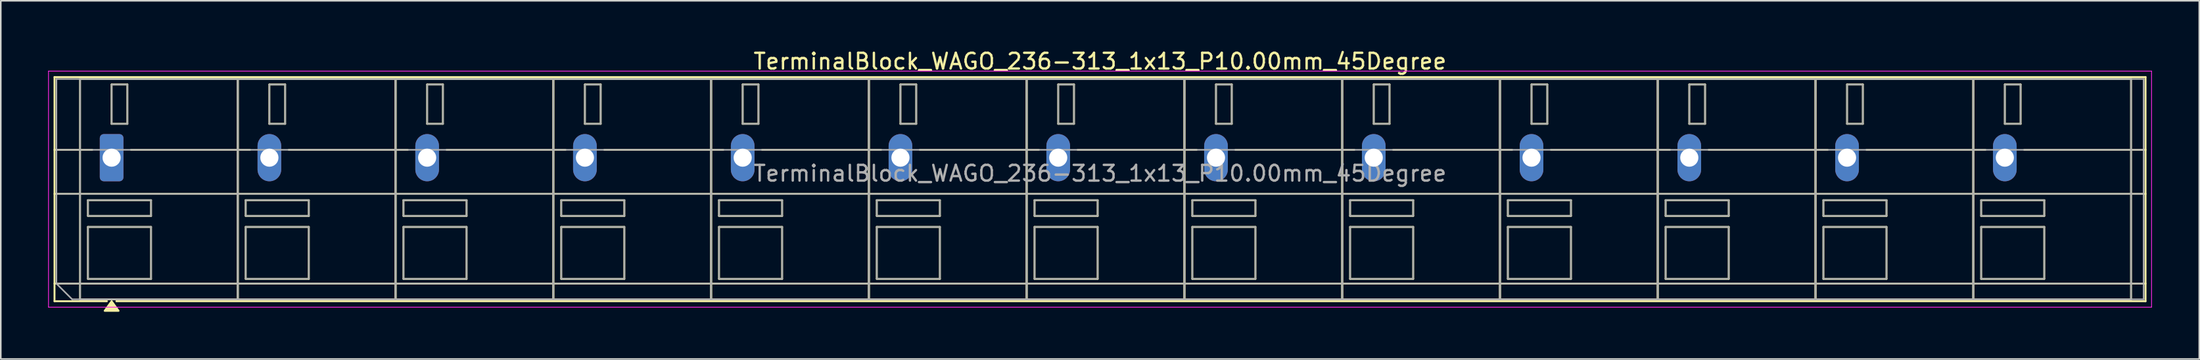
<source format=kicad_pcb>
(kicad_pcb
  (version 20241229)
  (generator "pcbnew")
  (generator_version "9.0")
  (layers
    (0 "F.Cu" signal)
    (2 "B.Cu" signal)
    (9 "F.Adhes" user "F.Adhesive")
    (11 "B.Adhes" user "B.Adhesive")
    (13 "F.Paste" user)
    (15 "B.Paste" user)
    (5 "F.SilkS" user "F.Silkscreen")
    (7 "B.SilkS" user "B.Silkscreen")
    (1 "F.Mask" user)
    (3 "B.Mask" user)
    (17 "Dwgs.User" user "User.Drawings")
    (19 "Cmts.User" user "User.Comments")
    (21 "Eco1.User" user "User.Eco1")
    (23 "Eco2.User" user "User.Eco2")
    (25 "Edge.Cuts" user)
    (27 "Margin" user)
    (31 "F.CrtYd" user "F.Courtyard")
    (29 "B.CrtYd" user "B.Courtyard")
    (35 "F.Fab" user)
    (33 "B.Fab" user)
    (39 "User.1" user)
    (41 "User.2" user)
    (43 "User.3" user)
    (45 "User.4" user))
  (footprint "TerminalBlock_WAGO_236-313_1x13_P10.00mm_45Degree"
    (layer "F.Cu")
    (at 4.025 6.968)
    (property "Reference" "TerminalBlock_WAGO_236-313_1x13_P10.00mm_45Degree" (at 62.65 -6.12 0) (layer "F.SilkS") (effects (font (size 1 1) (thickness 0.15))))
    (attr through_hole)
    (fp_line (start -3.62 -5.12) (end -3.62 9.12) (stroke (width 0.12) (type solid)) (layer "F.SilkS"))
    (fp_line (start -3.62 -5.12) (end 128.92 -5.12) (stroke (width 0.12) (type solid)) (layer "F.SilkS"))
    (fp_line (start -3.62 -0.5) (end -1.23 -0.5) (stroke (width 0.12) (type solid)) (layer "F.SilkS"))
    (fp_line (start -3.62 2.3) (end 128.92 2.3) (stroke (width 0.12) (type solid)) (layer "F.SilkS"))
    (fp_line (start -3.62 8) (end 128.92 8) (stroke (width 0.12) (type solid)) (layer "F.SilkS"))
    (fp_line (start -3.62 9.12) (end -0.3 9.12) (stroke (width 0.12) (type solid)) (layer "F.SilkS"))
    (fp_line (start -2 -5) (end -2 9) (stroke (width 0.12) (type solid)) (layer "F.SilkS"))
    (fp_line (start -2 -5) (end 8 -5) (stroke (width 0.12) (type solid)) (layer "F.SilkS"))
    (fp_line (start -2 9) (end 8 9) (stroke (width 0.12) (type solid)) (layer "F.SilkS"))
    (fp_line (start -1.5 2.7) (end -1.5 3.7) (stroke (width 0.12) (type solid)) (layer "F.SilkS"))
    (fp_line (start -1.5 2.7) (end 2.5 2.7) (stroke (width 0.12) (type solid)) (layer "F.SilkS"))
    (fp_line (start -1.5 3.7) (end 2.5 3.7) (stroke (width 0.12) (type solid)) (layer "F.SilkS"))
    (fp_line (start -1.5 4.4) (end -1.5 7.7) (stroke (width 0.12) (type solid)) (layer "F.SilkS"))
    (fp_line (start -1.5 4.4) (end 2.5 4.4) (stroke (width 0.12) (type solid)) (layer "F.SilkS"))
    (fp_line (start -1.5 7.7) (end 2.5 7.7) (stroke (width 0.12) (type solid)) (layer "F.SilkS"))
    (fp_line (start 0 -4.65) (end 0 -2.15) (stroke (width 0.12) (type solid)) (layer "F.SilkS"))
    (fp_line (start 0 -4.65) (end 1 -4.65) (stroke (width 0.12) (type solid)) (layer "F.SilkS"))
    (fp_line (start 0 -2.15) (end 1 -2.15) (stroke (width 0.12) (type solid)) (layer "F.SilkS"))
    (fp_line (start 0.3 9.12) (end 128.92 9.12) (stroke (width 0.12) (type solid)) (layer "F.SilkS"))
    (fp_line (start 1 -4.65) (end 1 -2.15) (stroke (width 0.12) (type solid)) (layer "F.SilkS"))
    (fp_line (start 1.23 -0.5) (end 8.77 -0.5) (stroke (width 0.12) (type solid)) (layer "F.SilkS"))
    (fp_line (start 2.5 2.7) (end 2.5 3.7) (stroke (width 0.12) (type solid)) (layer "F.SilkS"))
    (fp_line (start 2.5 4.4) (end 2.5 7.7) (stroke (width 0.12) (type solid)) (layer "F.SilkS"))
    (fp_line (start 8 -5) (end 8 9) (stroke (width 0.12) (type solid)) (layer "F.SilkS"))
    (fp_line (start 8 -5) (end 8 9) (stroke (width 0.12) (type solid)) (layer "F.SilkS"))
    (fp_line (start 8 -5) (end 18 -5) (stroke (width 0.12) (type solid)) (layer "F.SilkS"))
    (fp_line (start 8 9) (end 18 9) (stroke (width 0.12) (type solid)) (layer "F.SilkS"))
    (fp_line (start 8.5 2.7) (end 8.5 3.7) (stroke (width 0.12) (type solid)) (layer "F.SilkS"))
    (fp_line (start 8.5 2.7) (end 12.5 2.7) (stroke (width 0.12) (type solid)) (layer "F.SilkS"))
    (fp_line (start 8.5 3.7) (end 12.5 3.7) (stroke (width 0.12) (type solid)) (layer "F.SilkS"))
    (fp_line (start 8.5 4.4) (end 8.5 7.7) (stroke (width 0.12) (type solid)) (layer "F.SilkS"))
    (fp_line (start 8.5 4.4) (end 12.5 4.4) (stroke (width 0.12) (type solid)) (layer "F.SilkS"))
    (fp_line (start 8.5 7.7) (end 12.5 7.7) (stroke (width 0.12) (type solid)) (layer "F.SilkS"))
    (fp_line (start 10 -4.65) (end 10 -2.15) (stroke (width 0.12) (type solid)) (layer "F.SilkS"))
    (fp_line (start 10 -4.65) (end 11 -4.65) (stroke (width 0.12) (type solid)) (layer "F.SilkS"))
    (fp_line (start 10 -2.15) (end 11 -2.15) (stroke (width 0.12) (type solid)) (layer "F.SilkS"))
    (fp_line (start 11 -4.65) (end 11 -2.15) (stroke (width 0.12) (type solid)) (layer "F.SilkS"))
    (fp_line (start 11.23 -0.5) (end 18.77 -0.5) (stroke (width 0.12) (type solid)) (layer "F.SilkS"))
    (fp_line (start 12.5 2.7) (end 12.5 3.7) (stroke (width 0.12) (type solid)) (layer "F.SilkS"))
    (fp_line (start 12.5 4.4) (end 12.5 7.7) (stroke (width 0.12) (type solid)) (layer "F.SilkS"))
    (fp_line (start 18 -5) (end 18 9) (stroke (width 0.12) (type solid)) (layer "F.SilkS"))
    (fp_line (start 18 -5) (end 18 9) (stroke (width 0.12) (type solid)) (layer "F.SilkS"))
    (fp_line (start 18 -5) (end 28 -5) (stroke (width 0.12) (type solid)) (layer "F.SilkS"))
    (fp_line (start 18 9) (end 28 9) (stroke (width 0.12) (type solid)) (layer "F.SilkS"))
    (fp_line (start 18.5 2.7) (end 18.5 3.7) (stroke (width 0.12) (type solid)) (layer "F.SilkS"))
    (fp_line (start 18.5 2.7) (end 22.5 2.7) (stroke (width 0.12) (type solid)) (layer "F.SilkS"))
    (fp_line (start 18.5 3.7) (end 22.5 3.7) (stroke (width 0.12) (type solid)) (layer "F.SilkS"))
    (fp_line (start 18.5 4.4) (end 18.5 7.7) (stroke (width 0.12) (type solid)) (layer "F.SilkS"))
    (fp_line (start 18.5 4.4) (end 22.5 4.4) (stroke (width 0.12) (type solid)) (layer "F.SilkS"))
    (fp_line (start 18.5 7.7) (end 22.5 7.7) (stroke (width 0.12) (type solid)) (layer "F.SilkS"))
    (fp_line (start 20 -4.65) (end 20 -2.15) (stroke (width 0.12) (type solid)) (layer "F.SilkS"))
    (fp_line (start 20 -4.65) (end 21 -4.65) (stroke (width 0.12) (type solid)) (layer "F.SilkS"))
    (fp_line (start 20 -2.15) (end 21 -2.15) (stroke (width 0.12) (type solid)) (layer "F.SilkS"))
    (fp_line (start 21 -4.65) (end 21 -2.15) (stroke (width 0.12) (type solid)) (layer "F.SilkS"))
    (fp_line (start 21.23 -0.5) (end 28.77 -0.5) (stroke (width 0.12) (type solid)) (layer "F.SilkS"))
    (fp_line (start 22.5 2.7) (end 22.5 3.7) (stroke (width 0.12) (type solid)) (layer "F.SilkS"))
    (fp_line (start 22.5 4.4) (end 22.5 7.7) (stroke (width 0.12) (type solid)) (layer "F.SilkS"))
    (fp_line (start 28 -5) (end 28 9) (stroke (width 0.12) (type solid)) (layer "F.SilkS"))
    (fp_line (start 28 -5) (end 28 9) (stroke (width 0.12) (type solid)) (layer "F.SilkS"))
    (fp_line (start 28 -5) (end 38 -5) (stroke (width 0.12) (type solid)) (layer "F.SilkS"))
    (fp_line (start 28 9) (end 38 9) (stroke (width 0.12) (type solid)) (layer "F.SilkS"))
    (fp_line (start 28.5 2.7) (end 28.5 3.7) (stroke (width 0.12) (type solid)) (layer "F.SilkS"))
    (fp_line (start 28.5 2.7) (end 32.5 2.7) (stroke (width 0.12) (type solid)) (layer "F.SilkS"))
    (fp_line (start 28.5 3.7) (end 32.5 3.7) (stroke (width 0.12) (type solid)) (layer "F.SilkS"))
    (fp_line (start 28.5 4.4) (end 28.5 7.7) (stroke (width 0.12) (type solid)) (layer "F.SilkS"))
    (fp_line (start 28.5 4.4) (end 32.5 4.4) (stroke (width 0.12) (type solid)) (layer "F.SilkS"))
    (fp_line (start 28.5 7.7) (end 32.5 7.7) (stroke (width 0.12) (type solid)) (layer "F.SilkS"))
    (fp_line (start 30 -4.65) (end 30 -2.15) (stroke (width 0.12) (type solid)) (layer "F.SilkS"))
    (fp_line (start 30 -4.65) (end 31 -4.65) (stroke (width 0.12) (type solid)) (layer "F.SilkS"))
    (fp_line (start 30 -2.15) (end 31 -2.15) (stroke (width 0.12) (type solid)) (layer "F.SilkS"))
    (fp_line (start 31 -4.65) (end 31 -2.15) (stroke (width 0.12) (type solid)) (layer "F.SilkS"))
    (fp_line (start 31.23 -0.5) (end 38.77 -0.5) (stroke (width 0.12) (type solid)) (layer "F.SilkS"))
    (fp_line (start 32.5 2.7) (end 32.5 3.7) (stroke (width 0.12) (type solid)) (layer "F.SilkS"))
    (fp_line (start 32.5 4.4) (end 32.5 7.7) (stroke (width 0.12) (type solid)) (layer "F.SilkS"))
    (fp_line (start 38 -5) (end 38 9) (stroke (width 0.12) (type solid)) (layer "F.SilkS"))
    (fp_line (start 38 -5) (end 38 9) (stroke (width 0.12) (type solid)) (layer "F.SilkS"))
    (fp_line (start 38 -5) (end 48 -5) (stroke (width 0.12) (type solid)) (layer "F.SilkS"))
    (fp_line (start 38 9) (end 48 9) (stroke (width 0.12) (type solid)) (layer "F.SilkS"))
    (fp_line (start 38.5 2.7) (end 38.5 3.7) (stroke (width 0.12) (type solid)) (layer "F.SilkS"))
    (fp_line (start 38.5 2.7) (end 42.5 2.7) (stroke (width 0.12) (type solid)) (layer "F.SilkS"))
    (fp_line (start 38.5 3.7) (end 42.5 3.7) (stroke (width 0.12) (type solid)) (layer "F.SilkS"))
    (fp_line (start 38.5 4.4) (end 38.5 7.7) (stroke (width 0.12) (type solid)) (layer "F.SilkS"))
    (fp_line (start 38.5 4.4) (end 42.5 4.4) (stroke (width 0.12) (type solid)) (layer "F.SilkS"))
    (fp_line (start 38.5 7.7) (end 42.5 7.7) (stroke (width 0.12) (type solid)) (layer "F.SilkS"))
    (fp_line (start 40 -4.65) (end 40 -2.15) (stroke (width 0.12) (type solid)) (layer "F.SilkS"))
    (fp_line (start 40 -4.65) (end 41 -4.65) (stroke (width 0.12) (type solid)) (layer "F.SilkS"))
    (fp_line (start 40 -2.15) (end 41 -2.15) (stroke (width 0.12) (type solid)) (layer "F.SilkS"))
    (fp_line (start 41 -4.65) (end 41 -2.15) (stroke (width 0.12) (type solid)) (layer "F.SilkS"))
    (fp_line (start 41.23 -0.5) (end 48.77 -0.5) (stroke (width 0.12) (type solid)) (layer "F.SilkS"))
    (fp_line (start 42.5 2.7) (end 42.5 3.7) (stroke (width 0.12) (type solid)) (layer "F.SilkS"))
    (fp_line (start 42.5 4.4) (end 42.5 7.7) (stroke (width 0.12) (type solid)) (layer "F.SilkS"))
    (fp_line (start 48 -5) (end 48 9) (stroke (width 0.12) (type solid)) (layer "F.SilkS"))
    (fp_line (start 48 -5) (end 48 9) (stroke (width 0.12) (type solid)) (layer "F.SilkS"))
    (fp_line (start 48 -5) (end 58 -5) (stroke (width 0.12) (type solid)) (layer "F.SilkS"))
    (fp_line (start 48 9) (end 58 9) (stroke (width 0.12) (type solid)) (layer "F.SilkS"))
    (fp_line (start 48.5 2.7) (end 48.5 3.7) (stroke (width 0.12) (type solid)) (layer "F.SilkS"))
    (fp_line (start 48.5 2.7) (end 52.5 2.7) (stroke (width 0.12) (type solid)) (layer "F.SilkS"))
    (fp_line (start 48.5 3.7) (end 52.5 3.7) (stroke (width 0.12) (type solid)) (layer "F.SilkS"))
    (fp_line (start 48.5 4.4) (end 48.5 7.7) (stroke (width 0.12) (type solid)) (layer "F.SilkS"))
    (fp_line (start 48.5 4.4) (end 52.5 4.4) (stroke (width 0.12) (type solid)) (layer "F.SilkS"))
    (fp_line (start 48.5 7.7) (end 52.5 7.7) (stroke (width 0.12) (type solid)) (layer "F.SilkS"))
    (fp_line (start 50 -4.65) (end 50 -2.15) (stroke (width 0.12) (type solid)) (layer "F.SilkS"))
    (fp_line (start 50 -4.65) (end 51 -4.65) (stroke (width 0.12) (type solid)) (layer "F.SilkS"))
    (fp_line (start 50 -2.15) (end 51 -2.15) (stroke (width 0.12) (type solid)) (layer "F.SilkS"))
    (fp_line (start 51 -4.65) (end 51 -2.15) (stroke (width 0.12) (type solid)) (layer "F.SilkS"))
    (fp_line (start 51.23 -0.5) (end 58.77 -0.5) (stroke (width 0.12) (type solid)) (layer "F.SilkS"))
    (fp_line (start 52.5 2.7) (end 52.5 3.7) (stroke (width 0.12) (type solid)) (layer "F.SilkS"))
    (fp_line (start 52.5 4.4) (end 52.5 7.7) (stroke (width 0.12) (type solid)) (layer "F.SilkS"))
    (fp_line (start 58 -5) (end 58 9) (stroke (width 0.12) (type solid)) (layer "F.SilkS"))
    (fp_line (start 58 -5) (end 58 9) (stroke (width 0.12) (type solid)) (layer "F.SilkS"))
    (fp_line (start 58 -5) (end 68 -5) (stroke (width 0.12) (type solid)) (layer "F.SilkS"))
    (fp_line (start 58 9) (end 68 9) (stroke (width 0.12) (type solid)) (layer "F.SilkS"))
    (fp_line (start 58.5 2.7) (end 58.5 3.7) (stroke (width 0.12) (type solid)) (layer "F.SilkS"))
    (fp_line (start 58.5 2.7) (end 62.5 2.7) (stroke (width 0.12) (type solid)) (layer "F.SilkS"))
    (fp_line (start 58.5 3.7) (end 62.5 3.7) (stroke (width 0.12) (type solid)) (layer "F.SilkS"))
    (fp_line (start 58.5 4.4) (end 58.5 7.7) (stroke (width 0.12) (type solid)) (layer "F.SilkS"))
    (fp_line (start 58.5 4.4) (end 62.5 4.4) (stroke (width 0.12) (type solid)) (layer "F.SilkS"))
    (fp_line (start 58.5 7.7) (end 62.5 7.7) (stroke (width 0.12) (type solid)) (layer "F.SilkS"))
    (fp_line (start 60 -4.65) (end 60 -2.15) (stroke (width 0.12) (type solid)) (layer "F.SilkS"))
    (fp_line (start 60 -4.65) (end 61 -4.65) (stroke (width 0.12) (type solid)) (layer "F.SilkS"))
    (fp_line (start 60 -2.15) (end 61 -2.15) (stroke (width 0.12) (type solid)) (layer "F.SilkS"))
    (fp_line (start 61 -4.65) (end 61 -2.15) (stroke (width 0.12) (type solid)) (layer "F.SilkS"))
    (fp_line (start 61.23 -0.5) (end 68.77 -0.5) (stroke (width 0.12) (type solid)) (layer "F.SilkS"))
    (fp_line (start 62.5 2.7) (end 62.5 3.7) (stroke (width 0.12) (type solid)) (layer "F.SilkS"))
    (fp_line (start 62.5 4.4) (end 62.5 7.7) (stroke (width 0.12) (type solid)) (layer "F.SilkS"))
    (fp_line (start 68 -5) (end 68 9) (stroke (width 0.12) (type solid)) (layer "F.SilkS"))
    (fp_line (start 68 -5) (end 68 9) (stroke (width 0.12) (type solid)) (layer "F.SilkS"))
    (fp_line (start 68 -5) (end 78 -5) (stroke (width 0.12) (type solid)) (layer "F.SilkS"))
    (fp_line (start 68 9) (end 78 9) (stroke (width 0.12) (type solid)) (layer "F.SilkS"))
    (fp_line (start 68.5 2.7) (end 68.5 3.7) (stroke (width 0.12) (type solid)) (layer "F.SilkS"))
    (fp_line (start 68.5 2.7) (end 72.5 2.7) (stroke (width 0.12) (type solid)) (layer "F.SilkS"))
    (fp_line (start 68.5 3.7) (end 72.5 3.7) (stroke (width 0.12) (type solid)) (layer "F.SilkS"))
    (fp_line (start 68.5 4.4) (end 68.5 7.7) (stroke (width 0.12) (type solid)) (layer "F.SilkS"))
    (fp_line (start 68.5 4.4) (end 72.5 4.4) (stroke (width 0.12) (type solid)) (layer "F.SilkS"))
    (fp_line (start 68.5 7.7) (end 72.5 7.7) (stroke (width 0.12) (type solid)) (layer "F.SilkS"))
    (fp_line (start 70 -4.65) (end 70 -2.15) (stroke (width 0.12) (type solid)) (layer "F.SilkS"))
    (fp_line (start 70 -4.65) (end 71 -4.65) (stroke (width 0.12) (type solid)) (layer "F.SilkS"))
    (fp_line (start 70 -2.15) (end 71 -2.15) (stroke (width 0.12) (type solid)) (layer "F.SilkS"))
    (fp_line (start 71 -4.65) (end 71 -2.15) (stroke (width 0.12) (type solid)) (layer "F.SilkS"))
    (fp_line (start 71.23 -0.5) (end 78.77 -0.5) (stroke (width 0.12) (type solid)) (layer "F.SilkS"))
    (fp_line (start 72.5 2.7) (end 72.5 3.7) (stroke (width 0.12) (type solid)) (layer "F.SilkS"))
    (fp_line (start 72.5 4.4) (end 72.5 7.7) (stroke (width 0.12) (type solid)) (layer "F.SilkS"))
    (fp_line (start 78 -5) (end 78 9) (stroke (width 0.12) (type solid)) (layer "F.SilkS"))
    (fp_line (start 78 -5) (end 78 9) (stroke (width 0.12) (type solid)) (layer "F.SilkS"))
    (fp_line (start 78 -5) (end 88 -5) (stroke (width 0.12) (type solid)) (layer "F.SilkS"))
    (fp_line (start 78 9) (end 88 9) (stroke (width 0.12) (type solid)) (layer "F.SilkS"))
    (fp_line (start 78.5 2.7) (end 78.5 3.7) (stroke (width 0.12) (type solid)) (layer "F.SilkS"))
    (fp_line (start 78.5 2.7) (end 82.5 2.7) (stroke (width 0.12) (type solid)) (layer "F.SilkS"))
    (fp_line (start 78.5 3.7) (end 82.5 3.7) (stroke (width 0.12) (type solid)) (layer "F.SilkS"))
    (fp_line (start 78.5 4.4) (end 78.5 7.7) (stroke (width 0.12) (type solid)) (layer "F.SilkS"))
    (fp_line (start 78.5 4.4) (end 82.5 4.4) (stroke (width 0.12) (type solid)) (layer "F.SilkS"))
    (fp_line (start 78.5 7.7) (end 82.5 7.7) (stroke (width 0.12) (type solid)) (layer "F.SilkS"))
    (fp_line (start 80 -4.65) (end 80 -2.15) (stroke (width 0.12) (type solid)) (layer "F.SilkS"))
    (fp_line (start 80 -4.65) (end 81 -4.65) (stroke (width 0.12) (type solid)) (layer "F.SilkS"))
    (fp_line (start 80 -2.15) (end 81 -2.15) (stroke (width 0.12) (type solid)) (layer "F.SilkS"))
    (fp_line (start 81 -4.65) (end 81 -2.15) (stroke (width 0.12) (type solid)) (layer "F.SilkS"))
    (fp_line (start 81.23 -0.5) (end 88.77 -0.5) (stroke (width 0.12) (type solid)) (layer "F.SilkS"))
    (fp_line (start 82.5 2.7) (end 82.5 3.7) (stroke (width 0.12) (type solid)) (layer "F.SilkS"))
    (fp_line (start 82.5 4.4) (end 82.5 7.7) (stroke (width 0.12) (type solid)) (layer "F.SilkS"))
    (fp_line (start 88 -5) (end 88 9) (stroke (width 0.12) (type solid)) (layer "F.SilkS"))
    (fp_line (start 88 -5) (end 88 9) (stroke (width 0.12) (type solid)) (layer "F.SilkS"))
    (fp_line (start 88 -5) (end 98 -5) (stroke (width 0.12) (type solid)) (layer "F.SilkS"))
    (fp_line (start 88 9) (end 98 9) (stroke (width 0.12) (type solid)) (layer "F.SilkS"))
    (fp_line (start 88.5 2.7) (end 88.5 3.7) (stroke (width 0.12) (type solid)) (layer "F.SilkS"))
    (fp_line (start 88.5 2.7) (end 92.5 2.7) (stroke (width 0.12) (type solid)) (layer "F.SilkS"))
    (fp_line (start 88.5 3.7) (end 92.5 3.7) (stroke (width 0.12) (type solid)) (layer "F.SilkS"))
    (fp_line (start 88.5 4.4) (end 88.5 7.7) (stroke (width 0.12) (type solid)) (layer "F.SilkS"))
    (fp_line (start 88.5 4.4) (end 92.5 4.4) (stroke (width 0.12) (type solid)) (layer "F.SilkS"))
    (fp_line (start 88.5 7.7) (end 92.5 7.7) (stroke (width 0.12) (type solid)) (layer "F.SilkS"))
    (fp_line (start 90 -4.65) (end 90 -2.15) (stroke (width 0.12) (type solid)) (layer "F.SilkS"))
    (fp_line (start 90 -4.65) (end 91 -4.65) (stroke (width 0.12) (type solid)) (layer "F.SilkS"))
    (fp_line (start 90 -2.15) (end 91 -2.15) (stroke (width 0.12) (type solid)) (layer "F.SilkS"))
    (fp_line (start 91 -4.65) (end 91 -2.15) (stroke (width 0.12) (type solid)) (layer "F.SilkS"))
    (fp_line (start 91.23 -0.5) (end 98.77 -0.5) (stroke (width 0.12) (type solid)) (layer "F.SilkS"))
    (fp_line (start 92.5 2.7) (end 92.5 3.7) (stroke (width 0.12) (type solid)) (layer "F.SilkS"))
    (fp_line (start 92.5 4.4) (end 92.5 7.7) (stroke (width 0.12) (type solid)) (layer "F.SilkS"))
    (fp_line (start 98 -5) (end 98 9) (stroke (width 0.12) (type solid)) (layer "F.SilkS"))
    (fp_line (start 98 -5) (end 98 9) (stroke (width 0.12) (type solid)) (layer "F.SilkS"))
    (fp_line (start 98 -5) (end 108 -5) (stroke (width 0.12) (type solid)) (layer "F.SilkS"))
    (fp_line (start 98 9) (end 108 9) (stroke (width 0.12) (type solid)) (layer "F.SilkS"))
    (fp_line (start 98.5 2.7) (end 98.5 3.7) (stroke (width 0.12) (type solid)) (layer "F.SilkS"))
    (fp_line (start 98.5 2.7) (end 102.5 2.7) (stroke (width 0.12) (type solid)) (layer "F.SilkS"))
    (fp_line (start 98.5 3.7) (end 102.5 3.7) (stroke (width 0.12) (type solid)) (layer "F.SilkS"))
    (fp_line (start 98.5 4.4) (end 98.5 7.7) (stroke (width 0.12) (type solid)) (layer "F.SilkS"))
    (fp_line (start 98.5 4.4) (end 102.5 4.4) (stroke (width 0.12) (type solid)) (layer "F.SilkS"))
    (fp_line (start 98.5 7.7) (end 102.5 7.7) (stroke (width 0.12) (type solid)) (layer "F.SilkS"))
    (fp_line (start 100 -4.65) (end 100 -2.15) (stroke (width 0.12) (type solid)) (layer "F.SilkS"))
    (fp_line (start 100 -4.65) (end 101 -4.65) (stroke (width 0.12) (type solid)) (layer "F.SilkS"))
    (fp_line (start 100 -2.15) (end 101 -2.15) (stroke (width 0.12) (type solid)) (layer "F.SilkS"))
    (fp_line (start 101 -4.65) (end 101 -2.15) (stroke (width 0.12) (type solid)) (layer "F.SilkS"))
    (fp_line (start 101.23 -0.5) (end 108.77 -0.5) (stroke (width 0.12) (type solid)) (layer "F.SilkS"))
    (fp_line (start 102.5 2.7) (end 102.5 3.7) (stroke (width 0.12) (type solid)) (layer "F.SilkS"))
    (fp_line (start 102.5 4.4) (end 102.5 7.7) (stroke (width 0.12) (type solid)) (layer "F.SilkS"))
    (fp_line (start 108 -5) (end 108 9) (stroke (width 0.12) (type solid)) (layer "F.SilkS"))
    (fp_line (start 108 -5) (end 108 9) (stroke (width 0.12) (type solid)) (layer "F.SilkS"))
    (fp_line (start 108 -5) (end 118 -5) (stroke (width 0.12) (type solid)) (layer "F.SilkS"))
    (fp_line (start 108 9) (end 118 9) (stroke (width 0.12) (type solid)) (layer "F.SilkS"))
    (fp_line (start 108.5 2.7) (end 108.5 3.7) (stroke (width 0.12) (type solid)) (layer "F.SilkS"))
    (fp_line (start 108.5 2.7) (end 112.5 2.7) (stroke (width 0.12) (type solid)) (layer "F.SilkS"))
    (fp_line (start 108.5 3.7) (end 112.5 3.7) (stroke (width 0.12) (type solid)) (layer "F.SilkS"))
    (fp_line (start 108.5 4.4) (end 108.5 7.7) (stroke (width 0.12) (type solid)) (layer "F.SilkS"))
    (fp_line (start 108.5 4.4) (end 112.5 4.4) (stroke (width 0.12) (type solid)) (layer "F.SilkS"))
    (fp_line (start 108.5 7.7) (end 112.5 7.7) (stroke (width 0.12) (type solid)) (layer "F.SilkS"))
    (fp_line (start 110 -4.65) (end 110 -2.15) (stroke (width 0.12) (type solid)) (layer "F.SilkS"))
    (fp_line (start 110 -4.65) (end 111 -4.65) (stroke (width 0.12) (type solid)) (layer "F.SilkS"))
    (fp_line (start 110 -2.15) (end 111 -2.15) (stroke (width 0.12) (type solid)) (layer "F.SilkS"))
    (fp_line (start 111 -4.65) (end 111 -2.15) (stroke (width 0.12) (type solid)) (layer "F.SilkS"))
    (fp_line (start 111.23 -0.5) (end 118.77 -0.5) (stroke (width 0.12) (type solid)) (layer "F.SilkS"))
    (fp_line (start 112.5 2.7) (end 112.5 3.7) (stroke (width 0.12) (type solid)) (layer "F.SilkS"))
    (fp_line (start 112.5 4.4) (end 112.5 7.7) (stroke (width 0.12) (type solid)) (layer "F.SilkS"))
    (fp_line (start 118 -5) (end 118 9) (stroke (width 0.12) (type solid)) (layer "F.SilkS"))
    (fp_line (start 118 -5) (end 118 9) (stroke (width 0.12) (type solid)) (layer "F.SilkS"))
    (fp_line (start 118 -5) (end 128 -5) (stroke (width 0.12) (type solid)) (layer "F.SilkS"))
    (fp_line (start 118 9) (end 128 9) (stroke (width 0.12) (type solid)) (layer "F.SilkS"))
    (fp_line (start 118.5 2.7) (end 118.5 3.7) (stroke (width 0.12) (type solid)) (layer "F.SilkS"))
    (fp_line (start 118.5 2.7) (end 122.5 2.7) (stroke (width 0.12) (type solid)) (layer "F.SilkS"))
    (fp_line (start 118.5 3.7) (end 122.5 3.7) (stroke (width 0.12) (type solid)) (layer "F.SilkS"))
    (fp_line (start 118.5 4.4) (end 118.5 7.7) (stroke (width 0.12) (type solid)) (layer "F.SilkS"))
    (fp_line (start 118.5 4.4) (end 122.5 4.4) (stroke (width 0.12) (type solid)) (layer "F.SilkS"))
    (fp_line (start 118.5 7.7) (end 122.5 7.7) (stroke (width 0.12) (type solid)) (layer "F.SilkS"))
    (fp_line (start 120 -4.65) (end 120 -2.15) (stroke (width 0.12) (type solid)) (layer "F.SilkS"))
    (fp_line (start 120 -4.65) (end 121 -4.65) (stroke (width 0.12) (type solid)) (layer "F.SilkS"))
    (fp_line (start 120 -2.15) (end 121 -2.15) (stroke (width 0.12) (type solid)) (layer "F.SilkS"))
    (fp_line (start 121 -4.65) (end 121 -2.15) (stroke (width 0.12) (type solid)) (layer "F.SilkS"))
    (fp_line (start 121.23 -0.5) (end 128.92 -0.5) (stroke (width 0.12) (type solid)) (layer "F.SilkS"))
    (fp_line (start 122.5 2.7) (end 122.5 3.7) (stroke (width 0.12) (type solid)) (layer "F.SilkS"))
    (fp_line (start 122.5 4.4) (end 122.5 7.7) (stroke (width 0.12) (type solid)) (layer "F.SilkS"))
    (fp_line (start 128 -5) (end 128 9) (stroke (width 0.12) (type solid)) (layer "F.SilkS"))
    (fp_line (start 128.92 -5.12) (end 128.92 9.12) (stroke (width 0.12) (type solid)) (layer "F.SilkS"))
    (fp_poly (pts (xy 0 9.12) (xy 0.44 9.73) (xy -0.44 9.73)) (stroke (width 0.12) (type solid)) (fill yes) (layer "F.SilkS"))
    (fp_line (start -4 -5.5) (end -4 9.5) (stroke (width 0.05) (type solid)) (layer "F.CrtYd"))
    (fp_line (start -4 9.5) (end 129.3 9.5) (stroke (width 0.05) (type solid)) (layer "F.CrtYd"))
    (fp_line (start 129.3 -5.5) (end -4 -5.5) (stroke (width 0.05) (type solid)) (layer "F.CrtYd"))
    (fp_line (start 129.3 9.5) (end 129.3 -5.5) (stroke (width 0.05) (type solid)) (layer "F.CrtYd"))
    (fp_line (start -3.5 -5) (end 128.8 -5) (stroke (width 0.1) (type solid)) (layer "F.Fab"))
    (fp_line (start -3.5 -0.5) (end 128.8 -0.5) (stroke (width 0.1) (type solid)) (layer "F.Fab"))
    (fp_line (start -3.5 2.3) (end 128.8 2.3) (stroke (width 0.1) (type solid)) (layer "F.Fab"))
    (fp_line (start -3.5 8) (end -3.5 -5) (stroke (width 0.1) (type solid)) (layer "F.Fab"))
    (fp_line (start -3.5 8) (end 128.8 8) (stroke (width 0.1) (type solid)) (layer "F.Fab"))
    (fp_line (start -2.5 9) (end -3.5 8) (stroke (width 0.1) (type solid)) (layer "F.Fab"))
    (fp_line (start -2 -5) (end -2 9) (stroke (width 0.1) (type solid)) (layer "F.Fab"))
    (fp_line (start -2 9) (end 8 9) (stroke (width 0.1) (type solid)) (layer "F.Fab"))
    (fp_line (start -1.5 2.7) (end -1.5 3.7) (stroke (width 0.1) (type solid)) (layer "F.Fab"))
    (fp_line (start -1.5 3.7) (end 2.5 3.7) (stroke (width 0.1) (type solid)) (layer "F.Fab"))
    (fp_line (start -1.5 4.4) (end -1.5 7.7) (stroke (width 0.1) (type solid)) (layer "F.Fab"))
    (fp_line (start -1.5 7.7) (end 2.5 7.7) (stroke (width 0.1) (type solid)) (layer "F.Fab"))
    (fp_line (start 0 -4.65) (end 0 -2.15) (stroke (width 0.1) (type solid)) (layer "F.Fab"))
    (fp_line (start 0 -2.15) (end 1 -2.15) (stroke (width 0.1) (type solid)) (layer "F.Fab"))
    (fp_line (start 1 -4.65) (end 0 -4.65) (stroke (width 0.1) (type solid)) (layer "F.Fab"))
    (fp_line (start 1 -2.15) (end 1 -4.65) (stroke (width 0.1) (type solid)) (layer "F.Fab"))
    (fp_line (start 2.5 2.7) (end -1.5 2.7) (stroke (width 0.1) (type solid)) (layer "F.Fab"))
    (fp_line (start 2.5 3.7) (end 2.5 2.7) (stroke (width 0.1) (type solid)) (layer "F.Fab"))
    (fp_line (start 2.5 4.4) (end -1.5 4.4) (stroke (width 0.1) (type solid)) (layer "F.Fab"))
    (fp_line (start 2.5 7.7) (end 2.5 4.4) (stroke (width 0.1) (type solid)) (layer "F.Fab"))
    (fp_line (start 8 -5) (end -2 -5) (stroke (width 0.1) (type solid)) (layer "F.Fab"))
    (fp_line (start 8 -5) (end 8 9) (stroke (width 0.1) (type solid)) (layer "F.Fab"))
    (fp_line (start 8 9) (end 8 -5) (stroke (width 0.1) (type solid)) (layer "F.Fab"))
    (fp_line (start 8 9) (end 18 9) (stroke (width 0.1) (type solid)) (layer "F.Fab"))
    (fp_line (start 8.5 2.7) (end 8.5 3.7) (stroke (width 0.1) (type solid)) (layer "F.Fab"))
    (fp_line (start 8.5 3.7) (end 12.5 3.7) (stroke (width 0.1) (type solid)) (layer "F.Fab"))
    (fp_line (start 8.5 4.4) (end 8.5 7.7) (stroke (width 0.1) (type solid)) (layer "F.Fab"))
    (fp_line (start 8.5 7.7) (end 12.5 7.7) (stroke (width 0.1) (type solid)) (layer "F.Fab"))
    (fp_line (start 10 -4.65) (end 10 -2.15) (stroke (width 0.1) (type solid)) (layer "F.Fab"))
    (fp_line (start 10 -2.15) (end 11 -2.15) (stroke (width 0.1) (type solid)) (layer "F.Fab"))
    (fp_line (start 11 -4.65) (end 10 -4.65) (stroke (width 0.1) (type solid)) (layer "F.Fab"))
    (fp_line (start 11 -2.15) (end 11 -4.65) (stroke (width 0.1) (type solid)) (layer "F.Fab"))
    (fp_line (start 12.5 2.7) (end 8.5 2.7) (stroke (width 0.1) (type solid)) (layer "F.Fab"))
    (fp_line (start 12.5 3.7) (end 12.5 2.7) (stroke (width 0.1) (type solid)) (layer "F.Fab"))
    (fp_line (start 12.5 4.4) (end 8.5 4.4) (stroke (width 0.1) (type solid)) (layer "F.Fab"))
    (fp_line (start 12.5 7.7) (end 12.5 4.4) (stroke (width 0.1) (type solid)) (layer "F.Fab"))
    (fp_line (start 18 -5) (end 8 -5) (stroke (width 0.1) (type solid)) (layer "F.Fab"))
    (fp_line (start 18 -5) (end 18 9) (stroke (width 0.1) (type solid)) (layer "F.Fab"))
    (fp_line (start 18 9) (end 18 -5) (stroke (width 0.1) (type solid)) (layer "F.Fab"))
    (fp_line (start 18 9) (end 28 9) (stroke (width 0.1) (type solid)) (layer "F.Fab"))
    (fp_line (start 18.5 2.7) (end 18.5 3.7) (stroke (width 0.1) (type solid)) (layer "F.Fab"))
    (fp_line (start 18.5 3.7) (end 22.5 3.7) (stroke (width 0.1) (type solid)) (layer "F.Fab"))
    (fp_line (start 18.5 4.4) (end 18.5 7.7) (stroke (width 0.1) (type solid)) (layer "F.Fab"))
    (fp_line (start 18.5 7.7) (end 22.5 7.7) (stroke (width 0.1) (type solid)) (layer "F.Fab"))
    (fp_line (start 20 -4.65) (end 20 -2.15) (stroke (width 0.1) (type solid)) (layer "F.Fab"))
    (fp_line (start 20 -2.15) (end 21 -2.15) (stroke (width 0.1) (type solid)) (layer "F.Fab"))
    (fp_line (start 21 -4.65) (end 20 -4.65) (stroke (width 0.1) (type solid)) (layer "F.Fab"))
    (fp_line (start 21 -2.15) (end 21 -4.65) (stroke (width 0.1) (type solid)) (layer "F.Fab"))
    (fp_line (start 22.5 2.7) (end 18.5 2.7) (stroke (width 0.1) (type solid)) (layer "F.Fab"))
    (fp_line (start 22.5 3.7) (end 22.5 2.7) (stroke (width 0.1) (type solid)) (layer "F.Fab"))
    (fp_line (start 22.5 4.4) (end 18.5 4.4) (stroke (width 0.1) (type solid)) (layer "F.Fab"))
    (fp_line (start 22.5 7.7) (end 22.5 4.4) (stroke (width 0.1) (type solid)) (layer "F.Fab"))
    (fp_line (start 28 -5) (end 18 -5) (stroke (width 0.1) (type solid)) (layer "F.Fab"))
    (fp_line (start 28 -5) (end 28 9) (stroke (width 0.1) (type solid)) (layer "F.Fab"))
    (fp_line (start 28 9) (end 28 -5) (stroke (width 0.1) (type solid)) (layer "F.Fab"))
    (fp_line (start 28 9) (end 38 9) (stroke (width 0.1) (type solid)) (layer "F.Fab"))
    (fp_line (start 28.5 2.7) (end 28.5 3.7) (stroke (width 0.1) (type solid)) (layer "F.Fab"))
    (fp_line (start 28.5 3.7) (end 32.5 3.7) (stroke (width 0.1) (type solid)) (layer "F.Fab"))
    (fp_line (start 28.5 4.4) (end 28.5 7.7) (stroke (width 0.1) (type solid)) (layer "F.Fab"))
    (fp_line (start 28.5 7.7) (end 32.5 7.7) (stroke (width 0.1) (type solid)) (layer "F.Fab"))
    (fp_line (start 30 -4.65) (end 30 -2.15) (stroke (width 0.1) (type solid)) (layer "F.Fab"))
    (fp_line (start 30 -2.15) (end 31 -2.15) (stroke (width 0.1) (type solid)) (layer "F.Fab"))
    (fp_line (start 31 -4.65) (end 30 -4.65) (stroke (width 0.1) (type solid)) (layer "F.Fab"))
    (fp_line (start 31 -2.15) (end 31 -4.65) (stroke (width 0.1) (type solid)) (layer "F.Fab"))
    (fp_line (start 32.5 2.7) (end 28.5 2.7) (stroke (width 0.1) (type solid)) (layer "F.Fab"))
    (fp_line (start 32.5 3.7) (end 32.5 2.7) (stroke (width 0.1) (type solid)) (layer "F.Fab"))
    (fp_line (start 32.5 4.4) (end 28.5 4.4) (stroke (width 0.1) (type solid)) (layer "F.Fab"))
    (fp_line (start 32.5 7.7) (end 32.5 4.4) (stroke (width 0.1) (type solid)) (layer "F.Fab"))
    (fp_line (start 38 -5) (end 28 -5) (stroke (width 0.1) (type solid)) (layer "F.Fab"))
    (fp_line (start 38 -5) (end 38 9) (stroke (width 0.1) (type solid)) (layer "F.Fab"))
    (fp_line (start 38 9) (end 38 -5) (stroke (width 0.1) (type solid)) (layer "F.Fab"))
    (fp_line (start 38 9) (end 48 9) (stroke (width 0.1) (type solid)) (layer "F.Fab"))
    (fp_line (start 38.5 2.7) (end 38.5 3.7) (stroke (width 0.1) (type solid)) (layer "F.Fab"))
    (fp_line (start 38.5 3.7) (end 42.5 3.7) (stroke (width 0.1) (type solid)) (layer "F.Fab"))
    (fp_line (start 38.5 4.4) (end 38.5 7.7) (stroke (width 0.1) (type solid)) (layer "F.Fab"))
    (fp_line (start 38.5 7.7) (end 42.5 7.7) (stroke (width 0.1) (type solid)) (layer "F.Fab"))
    (fp_line (start 40 -4.65) (end 40 -2.15) (stroke (width 0.1) (type solid)) (layer "F.Fab"))
    (fp_line (start 40 -2.15) (end 41 -2.15) (stroke (width 0.1) (type solid)) (layer "F.Fab"))
    (fp_line (start 41 -4.65) (end 40 -4.65) (stroke (width 0.1) (type solid)) (layer "F.Fab"))
    (fp_line (start 41 -2.15) (end 41 -4.65) (stroke (width 0.1) (type solid)) (layer "F.Fab"))
    (fp_line (start 42.5 2.7) (end 38.5 2.7) (stroke (width 0.1) (type solid)) (layer "F.Fab"))
    (fp_line (start 42.5 3.7) (end 42.5 2.7) (stroke (width 0.1) (type solid)) (layer "F.Fab"))
    (fp_line (start 42.5 4.4) (end 38.5 4.4) (stroke (width 0.1) (type solid)) (layer "F.Fab"))
    (fp_line (start 42.5 7.7) (end 42.5 4.4) (stroke (width 0.1) (type solid)) (layer "F.Fab"))
    (fp_line (start 48 -5) (end 38 -5) (stroke (width 0.1) (type solid)) (layer "F.Fab"))
    (fp_line (start 48 -5) (end 48 9) (stroke (width 0.1) (type solid)) (layer "F.Fab"))
    (fp_line (start 48 9) (end 48 -5) (stroke (width 0.1) (type solid)) (layer "F.Fab"))
    (fp_line (start 48 9) (end 58 9) (stroke (width 0.1) (type solid)) (layer "F.Fab"))
    (fp_line (start 48.5 2.7) (end 48.5 3.7) (stroke (width 0.1) (type solid)) (layer "F.Fab"))
    (fp_line (start 48.5 3.7) (end 52.5 3.7) (stroke (width 0.1) (type solid)) (layer "F.Fab"))
    (fp_line (start 48.5 4.4) (end 48.5 7.7) (stroke (width 0.1) (type solid)) (layer "F.Fab"))
    (fp_line (start 48.5 7.7) (end 52.5 7.7) (stroke (width 0.1) (type solid)) (layer "F.Fab"))
    (fp_line (start 50 -4.65) (end 50 -2.15) (stroke (width 0.1) (type solid)) (layer "F.Fab"))
    (fp_line (start 50 -2.15) (end 51 -2.15) (stroke (width 0.1) (type solid)) (layer "F.Fab"))
    (fp_line (start 51 -4.65) (end 50 -4.65) (stroke (width 0.1) (type solid)) (layer "F.Fab"))
    (fp_line (start 51 -2.15) (end 51 -4.65) (stroke (width 0.1) (type solid)) (layer "F.Fab"))
    (fp_line (start 52.5 2.7) (end 48.5 2.7) (stroke (width 0.1) (type solid)) (layer "F.Fab"))
    (fp_line (start 52.5 3.7) (end 52.5 2.7) (stroke (width 0.1) (type solid)) (layer "F.Fab"))
    (fp_line (start 52.5 4.4) (end 48.5 4.4) (stroke (width 0.1) (type solid)) (layer "F.Fab"))
    (fp_line (start 52.5 7.7) (end 52.5 4.4) (stroke (width 0.1) (type solid)) (layer "F.Fab"))
    (fp_line (start 58 -5) (end 48 -5) (stroke (width 0.1) (type solid)) (layer "F.Fab"))
    (fp_line (start 58 -5) (end 58 9) (stroke (width 0.1) (type solid)) (layer "F.Fab"))
    (fp_line (start 58 9) (end 58 -5) (stroke (width 0.1) (type solid)) (layer "F.Fab"))
    (fp_line (start 58 9) (end 68 9) (stroke (width 0.1) (type solid)) (layer "F.Fab"))
    (fp_line (start 58.5 2.7) (end 58.5 3.7) (stroke (width 0.1) (type solid)) (layer "F.Fab"))
    (fp_line (start 58.5 3.7) (end 62.5 3.7) (stroke (width 0.1) (type solid)) (layer "F.Fab"))
    (fp_line (start 58.5 4.4) (end 58.5 7.7) (stroke (width 0.1) (type solid)) (layer "F.Fab"))
    (fp_line (start 58.5 7.7) (end 62.5 7.7) (stroke (width 0.1) (type solid)) (layer "F.Fab"))
    (fp_line (start 60 -4.65) (end 60 -2.15) (stroke (width 0.1) (type solid)) (layer "F.Fab"))
    (fp_line (start 60 -2.15) (end 61 -2.15) (stroke (width 0.1) (type solid)) (layer "F.Fab"))
    (fp_line (start 61 -4.65) (end 60 -4.65) (stroke (width 0.1) (type solid)) (layer "F.Fab"))
    (fp_line (start 61 -2.15) (end 61 -4.65) (stroke (width 0.1) (type solid)) (layer "F.Fab"))
    (fp_line (start 62.5 2.7) (end 58.5 2.7) (stroke (width 0.1) (type solid)) (layer "F.Fab"))
    (fp_line (start 62.5 3.7) (end 62.5 2.7) (stroke (width 0.1) (type solid)) (layer "F.Fab"))
    (fp_line (start 62.5 4.4) (end 58.5 4.4) (stroke (width 0.1) (type solid)) (layer "F.Fab"))
    (fp_line (start 62.5 7.7) (end 62.5 4.4) (stroke (width 0.1) (type solid)) (layer "F.Fab"))
    (fp_line (start 68 -5) (end 58 -5) (stroke (width 0.1) (type solid)) (layer "F.Fab"))
    (fp_line (start 68 -5) (end 68 9) (stroke (width 0.1) (type solid)) (layer "F.Fab"))
    (fp_line (start 68 9) (end 68 -5) (stroke (width 0.1) (type solid)) (layer "F.Fab"))
    (fp_line (start 68 9) (end 78 9) (stroke (width 0.1) (type solid)) (layer "F.Fab"))
    (fp_line (start 68.5 2.7) (end 68.5 3.7) (stroke (width 0.1) (type solid)) (layer "F.Fab"))
    (fp_line (start 68.5 3.7) (end 72.5 3.7) (stroke (width 0.1) (type solid)) (layer "F.Fab"))
    (fp_line (start 68.5 4.4) (end 68.5 7.7) (stroke (width 0.1) (type solid)) (layer "F.Fab"))
    (fp_line (start 68.5 7.7) (end 72.5 7.7) (stroke (width 0.1) (type solid)) (layer "F.Fab"))
    (fp_line (start 70 -4.65) (end 70 -2.15) (stroke (width 0.1) (type solid)) (layer "F.Fab"))
    (fp_line (start 70 -2.15) (end 71 -2.15) (stroke (width 0.1) (type solid)) (layer "F.Fab"))
    (fp_line (start 71 -4.65) (end 70 -4.65) (stroke (width 0.1) (type solid)) (layer "F.Fab"))
    (fp_line (start 71 -2.15) (end 71 -4.65) (stroke (width 0.1) (type solid)) (layer "F.Fab"))
    (fp_line (start 72.5 2.7) (end 68.5 2.7) (stroke (width 0.1) (type solid)) (layer "F.Fab"))
    (fp_line (start 72.5 3.7) (end 72.5 2.7) (stroke (width 0.1) (type solid)) (layer "F.Fab"))
    (fp_line (start 72.5 4.4) (end 68.5 4.4) (stroke (width 0.1) (type solid)) (layer "F.Fab"))
    (fp_line (start 72.5 7.7) (end 72.5 4.4) (stroke (width 0.1) (type solid)) (layer "F.Fab"))
    (fp_line (start 78 -5) (end 68 -5) (stroke (width 0.1) (type solid)) (layer "F.Fab"))
    (fp_line (start 78 -5) (end 78 9) (stroke (width 0.1) (type solid)) (layer "F.Fab"))
    (fp_line (start 78 9) (end 78 -5) (stroke (width 0.1) (type solid)) (layer "F.Fab"))
    (fp_line (start 78 9) (end 88 9) (stroke (width 0.1) (type solid)) (layer "F.Fab"))
    (fp_line (start 78.5 2.7) (end 78.5 3.7) (stroke (width 0.1) (type solid)) (layer "F.Fab"))
    (fp_line (start 78.5 3.7) (end 82.5 3.7) (stroke (width 0.1) (type solid)) (layer "F.Fab"))
    (fp_line (start 78.5 4.4) (end 78.5 7.7) (stroke (width 0.1) (type solid)) (layer "F.Fab"))
    (fp_line (start 78.5 7.7) (end 82.5 7.7) (stroke (width 0.1) (type solid)) (layer "F.Fab"))
    (fp_line (start 80 -4.65) (end 80 -2.15) (stroke (width 0.1) (type solid)) (layer "F.Fab"))
    (fp_line (start 80 -2.15) (end 81 -2.15) (stroke (width 0.1) (type solid)) (layer "F.Fab"))
    (fp_line (start 81 -4.65) (end 80 -4.65) (stroke (width 0.1) (type solid)) (layer "F.Fab"))
    (fp_line (start 81 -2.15) (end 81 -4.65) (stroke (width 0.1) (type solid)) (layer "F.Fab"))
    (fp_line (start 82.5 2.7) (end 78.5 2.7) (stroke (width 0.1) (type solid)) (layer "F.Fab"))
    (fp_line (start 82.5 3.7) (end 82.5 2.7) (stroke (width 0.1) (type solid)) (layer "F.Fab"))
    (fp_line (start 82.5 4.4) (end 78.5 4.4) (stroke (width 0.1) (type solid)) (layer "F.Fab"))
    (fp_line (start 82.5 7.7) (end 82.5 4.4) (stroke (width 0.1) (type solid)) (layer "F.Fab"))
    (fp_line (start 88 -5) (end 78 -5) (stroke (width 0.1) (type solid)) (layer "F.Fab"))
    (fp_line (start 88 -5) (end 88 9) (stroke (width 0.1) (type solid)) (layer "F.Fab"))
    (fp_line (start 88 9) (end 88 -5) (stroke (width 0.1) (type solid)) (layer "F.Fab"))
    (fp_line (start 88 9) (end 98 9) (stroke (width 0.1) (type solid)) (layer "F.Fab"))
    (fp_line (start 88.5 2.7) (end 88.5 3.7) (stroke (width 0.1) (type solid)) (layer "F.Fab"))
    (fp_line (start 88.5 3.7) (end 92.5 3.7) (stroke (width 0.1) (type solid)) (layer "F.Fab"))
    (fp_line (start 88.5 4.4) (end 88.5 7.7) (stroke (width 0.1) (type solid)) (layer "F.Fab"))
    (fp_line (start 88.5 7.7) (end 92.5 7.7) (stroke (width 0.1) (type solid)) (layer "F.Fab"))
    (fp_line (start 90 -4.65) (end 90 -2.15) (stroke (width 0.1) (type solid)) (layer "F.Fab"))
    (fp_line (start 90 -2.15) (end 91 -2.15) (stroke (width 0.1) (type solid)) (layer "F.Fab"))
    (fp_line (start 91 -4.65) (end 90 -4.65) (stroke (width 0.1) (type solid)) (layer "F.Fab"))
    (fp_line (start 91 -2.15) (end 91 -4.65) (stroke (width 0.1) (type solid)) (layer "F.Fab"))
    (fp_line (start 92.5 2.7) (end 88.5 2.7) (stroke (width 0.1) (type solid)) (layer "F.Fab"))
    (fp_line (start 92.5 3.7) (end 92.5 2.7) (stroke (width 0.1) (type solid)) (layer "F.Fab"))
    (fp_line (start 92.5 4.4) (end 88.5 4.4) (stroke (width 0.1) (type solid)) (layer "F.Fab"))
    (fp_line (start 92.5 7.7) (end 92.5 4.4) (stroke (width 0.1) (type solid)) (layer "F.Fab"))
    (fp_line (start 98 -5) (end 88 -5) (stroke (width 0.1) (type solid)) (layer "F.Fab"))
    (fp_line (start 98 -5) (end 98 9) (stroke (width 0.1) (type solid)) (layer "F.Fab"))
    (fp_line (start 98 9) (end 98 -5) (stroke (width 0.1) (type solid)) (layer "F.Fab"))
    (fp_line (start 98 9) (end 108 9) (stroke (width 0.1) (type solid)) (layer "F.Fab"))
    (fp_line (start 98.5 2.7) (end 98.5 3.7) (stroke (width 0.1) (type solid)) (layer "F.Fab"))
    (fp_line (start 98.5 3.7) (end 102.5 3.7) (stroke (width 0.1) (type solid)) (layer "F.Fab"))
    (fp_line (start 98.5 4.4) (end 98.5 7.7) (stroke (width 0.1) (type solid)) (layer "F.Fab"))
    (fp_line (start 98.5 7.7) (end 102.5 7.7) (stroke (width 0.1) (type solid)) (layer "F.Fab"))
    (fp_line (start 100 -4.65) (end 100 -2.15) (stroke (width 0.1) (type solid)) (layer "F.Fab"))
    (fp_line (start 100 -2.15) (end 101 -2.15) (stroke (width 0.1) (type solid)) (layer "F.Fab"))
    (fp_line (start 101 -4.65) (end 100 -4.65) (stroke (width 0.1) (type solid)) (layer "F.Fab"))
    (fp_line (start 101 -2.15) (end 101 -4.65) (stroke (width 0.1) (type solid)) (layer "F.Fab"))
    (fp_line (start 102.5 2.7) (end 98.5 2.7) (stroke (width 0.1) (type solid)) (layer "F.Fab"))
    (fp_line (start 102.5 3.7) (end 102.5 2.7) (stroke (width 0.1) (type solid)) (layer "F.Fab"))
    (fp_line (start 102.5 4.4) (end 98.5 4.4) (stroke (width 0.1) (type solid)) (layer "F.Fab"))
    (fp_line (start 102.5 7.7) (end 102.5 4.4) (stroke (width 0.1) (type solid)) (layer "F.Fab"))
    (fp_line (start 108 -5) (end 98 -5) (stroke (width 0.1) (type solid)) (layer "F.Fab"))
    (fp_line (start 108 -5) (end 108 9) (stroke (width 0.1) (type solid)) (layer "F.Fab"))
    (fp_line (start 108 9) (end 108 -5) (stroke (width 0.1) (type solid)) (layer "F.Fab"))
    (fp_line (start 108 9) (end 118 9) (stroke (width 0.1) (type solid)) (layer "F.Fab"))
    (fp_line (start 108.5 2.7) (end 108.5 3.7) (stroke (width 0.1) (type solid)) (layer "F.Fab"))
    (fp_line (start 108.5 3.7) (end 112.5 3.7) (stroke (width 0.1) (type solid)) (layer "F.Fab"))
    (fp_line (start 108.5 4.4) (end 108.5 7.7) (stroke (width 0.1) (type solid)) (layer "F.Fab"))
    (fp_line (start 108.5 7.7) (end 112.5 7.7) (stroke (width 0.1) (type solid)) (layer "F.Fab"))
    (fp_line (start 110 -4.65) (end 110 -2.15) (stroke (width 0.1) (type solid)) (layer "F.Fab"))
    (fp_line (start 110 -2.15) (end 111 -2.15) (stroke (width 0.1) (type solid)) (layer "F.Fab"))
    (fp_line (start 111 -4.65) (end 110 -4.65) (stroke (width 0.1) (type solid)) (layer "F.Fab"))
    (fp_line (start 111 -2.15) (end 111 -4.65) (stroke (width 0.1) (type solid)) (layer "F.Fab"))
    (fp_line (start 112.5 2.7) (end 108.5 2.7) (stroke (width 0.1) (type solid)) (layer "F.Fab"))
    (fp_line (start 112.5 3.7) (end 112.5 2.7) (stroke (width 0.1) (type solid)) (layer "F.Fab"))
    (fp_line (start 112.5 4.4) (end 108.5 4.4) (stroke (width 0.1) (type solid)) (layer "F.Fab"))
    (fp_line (start 112.5 7.7) (end 112.5 4.4) (stroke (width 0.1) (type solid)) (layer "F.Fab"))
    (fp_line (start 118 -5) (end 108 -5) (stroke (width 0.1) (type solid)) (layer "F.Fab"))
    (fp_line (start 118 -5) (end 118 9) (stroke (width 0.1) (type solid)) (layer "F.Fab"))
    (fp_line (start 118 9) (end 118 -5) (stroke (width 0.1) (type solid)) (layer "F.Fab"))
    (fp_line (start 118 9) (end 128 9) (stroke (width 0.1) (type solid)) (layer "F.Fab"))
    (fp_line (start 118.5 2.7) (end 118.5 3.7) (stroke (width 0.1) (type solid)) (layer "F.Fab"))
    (fp_line (start 118.5 3.7) (end 122.5 3.7) (stroke (width 0.1) (type solid)) (layer "F.Fab"))
    (fp_line (start 118.5 4.4) (end 118.5 7.7) (stroke (width 0.1) (type solid)) (layer "F.Fab"))
    (fp_line (start 118.5 7.7) (end 122.5 7.7) (stroke (width 0.1) (type solid)) (layer "F.Fab"))
    (fp_line (start 120 -4.65) (end 120 -2.15) (stroke (width 0.1) (type solid)) (layer "F.Fab"))
    (fp_line (start 120 -2.15) (end 121 -2.15) (stroke (width 0.1) (type solid)) (layer "F.Fab"))
    (fp_line (start 121 -4.65) (end 120 -4.65) (stroke (width 0.1) (type solid)) (layer "F.Fab"))
    (fp_line (start 121 -2.15) (end 121 -4.65) (stroke (width 0.1) (type solid)) (layer "F.Fab"))
    (fp_line (start 122.5 2.7) (end 118.5 2.7) (stroke (width 0.1) (type solid)) (layer "F.Fab"))
    (fp_line (start 122.5 3.7) (end 122.5 2.7) (stroke (width 0.1) (type solid)) (layer "F.Fab"))
    (fp_line (start 122.5 4.4) (end 118.5 4.4) (stroke (width 0.1) (type solid)) (layer "F.Fab"))
    (fp_line (start 122.5 7.7) (end 122.5 4.4) (stroke (width 0.1) (type solid)) (layer "F.Fab"))
    (fp_line (start 128 -5) (end 118 -5) (stroke (width 0.1) (type solid)) (layer "F.Fab"))
    (fp_line (start 128 9) (end 128 -5) (stroke (width 0.1) (type solid)) (layer "F.Fab"))
    (fp_line (start 128.8 -5) (end 128.8 9) (stroke (width 0.1) (type solid)) (layer "F.Fab"))
    (fp_line (start 128.8 9) (end -2.5 9) (stroke (width 0.1) (type solid)) (layer "F.Fab"))
    (fp_text user "${REFERENCE}" (at 62.65 1 0) (layer "F.Fab") (effects (font (size 1 1) (thickness 0.15))))
    (pad "1" thru_hole roundrect (at 0 0) (size 1.5 3) (drill 1.15) (layers "*.Cu" "*.Mask") (roundrect_rratio 0.167))
    (pad "2" thru_hole oval (at 10 0) (size 1.5 3) (drill 1.15) (layers "*.Cu" "*.Mask"))
    (pad "3" thru_hole oval (at 20 0) (size 1.5 3) (drill 1.15) (layers "*.Cu" "*.Mask"))
    (pad "4" thru_hole oval (at 30 0) (size 1.5 3) (drill 1.15) (layers "*.Cu" "*.Mask"))
    (pad "5" thru_hole oval (at 40 0) (size 1.5 3) (drill 1.15) (layers "*.Cu" "*.Mask"))
    (pad "6" thru_hole oval (at 50 0) (size 1.5 3) (drill 1.15) (layers "*.Cu" "*.Mask"))
    (pad "7" thru_hole oval (at 60 0) (size 1.5 3) (drill 1.15) (layers "*.Cu" "*.Mask"))
    (pad "8" thru_hole oval (at 70 0) (size 1.5 3) (drill 1.15) (layers "*.Cu" "*.Mask"))
    (pad "9" thru_hole oval (at 80 0) (size 1.5 3) (drill 1.15) (layers "*.Cu" "*.Mask"))
    (pad "10" thru_hole oval (at 90 0) (size 1.5 3) (drill 1.15) (layers "*.Cu" "*.Mask"))
    (pad "11" thru_hole oval (at 100 0) (size 1.5 3) (drill 1.15) (layers "*.Cu" "*.Mask"))
    (pad "12" thru_hole oval (at 110 0) (size 1.5 3) (drill 1.15) (layers "*.Cu" "*.Mask"))
    (pad "13" thru_hole oval (at 120 0) (size 1.5 3) (drill 1.15) (layers "*.Cu" "*.Mask")))
  (gr_rect
    (start -3 -3)
    (end 136.35 19.758)
    (stroke (width 0.1) (type default))
    (fill no)
    (layer "Edge.Cuts")))
</source>
